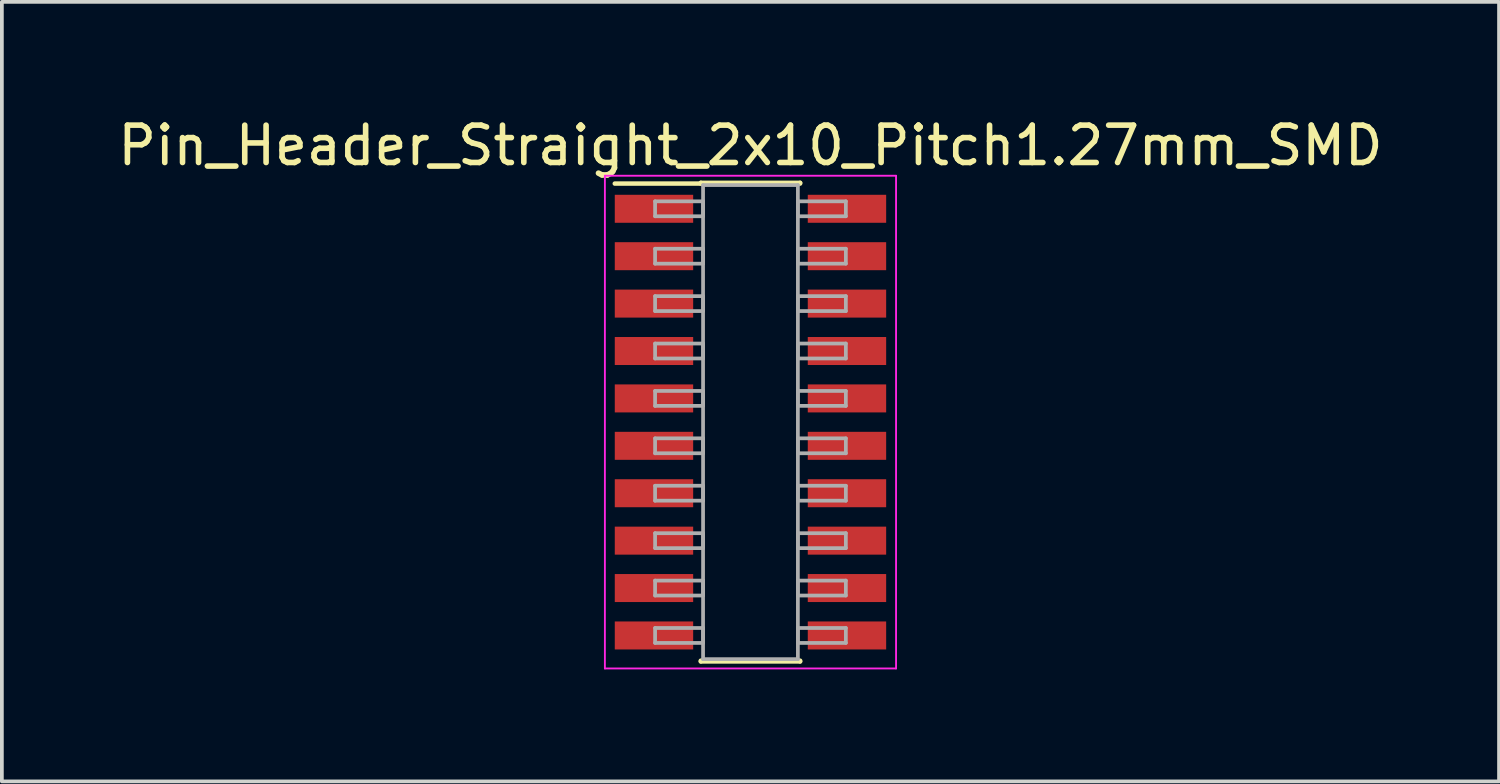
<source format=kicad_pcb>
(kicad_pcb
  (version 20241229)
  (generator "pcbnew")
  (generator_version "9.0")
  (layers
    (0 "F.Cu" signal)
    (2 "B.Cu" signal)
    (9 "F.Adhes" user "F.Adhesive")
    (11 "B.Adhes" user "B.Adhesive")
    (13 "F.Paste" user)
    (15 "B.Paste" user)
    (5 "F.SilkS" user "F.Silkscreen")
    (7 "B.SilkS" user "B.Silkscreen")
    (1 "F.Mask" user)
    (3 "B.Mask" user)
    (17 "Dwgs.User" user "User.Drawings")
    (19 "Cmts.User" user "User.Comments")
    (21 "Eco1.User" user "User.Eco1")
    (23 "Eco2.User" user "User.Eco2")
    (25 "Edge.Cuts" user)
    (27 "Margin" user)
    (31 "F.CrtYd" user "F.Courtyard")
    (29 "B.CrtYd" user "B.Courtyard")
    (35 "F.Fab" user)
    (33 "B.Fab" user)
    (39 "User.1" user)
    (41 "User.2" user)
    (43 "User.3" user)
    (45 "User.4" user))
  (footprint "Pin_Header_Straight_2x10_Pitch1.27mm_SMD"
    (layer "F.Cu")
    (at 17.054 8.258)
    (property "Reference" "Pin_Header_Straight_2x10_Pitch1.27mm_SMD" (at 0 -7.41 0) (layer "F.SilkS") (effects (font (size 1 1) (thickness 0.15))))
    (attr smd)
    (fp_line (start -3.635 -6.39) (end -1.33 -6.39) (stroke (width 0.12) (type solid)) (layer "F.SilkS"))
    (fp_line (start -1.33 -6.41) (end 1.33 -6.41) (stroke (width 0.12) (type solid)) (layer "F.SilkS"))
    (fp_line (start -1.33 -6.39) (end -1.33 -6.41) (stroke (width 0.12) (type solid)) (layer "F.SilkS"))
    (fp_line (start -1.33 6.39) (end -1.33 6.41) (stroke (width 0.12) (type solid)) (layer "F.SilkS"))
    (fp_line (start -1.33 6.41) (end 1.33 6.41) (stroke (width 0.12) (type solid)) (layer "F.SilkS"))
    (fp_line (start 1.33 -6.41) (end 1.33 -6.39) (stroke (width 0.12) (type solid)) (layer "F.SilkS"))
    (fp_line (start 1.33 6.41) (end 1.33 6.39) (stroke (width 0.12) (type solid)) (layer "F.SilkS"))
    (fp_line (start -3.9 -6.6) (end -3.9 6.6) (stroke (width 0.05) (type solid)) (layer "F.CrtYd"))
    (fp_line (start -3.9 6.6) (end 3.9 6.6) (stroke (width 0.05) (type solid)) (layer "F.CrtYd"))
    (fp_line (start 3.9 -6.6) (end -3.9 -6.6) (stroke (width 0.05) (type solid)) (layer "F.CrtYd"))
    (fp_line (start 3.9 6.6) (end 3.9 -6.6) (stroke (width 0.05) (type solid)) (layer "F.CrtYd"))
    (fp_line (start -2.555 -5.915) (end -1.27 -5.915) (stroke (width 0.1) (type solid)) (layer "F.Fab"))
    (fp_line (start -2.555 -5.515) (end -2.555 -5.915) (stroke (width 0.1) (type solid)) (layer "F.Fab"))
    (fp_line (start -2.555 -4.645) (end -1.27 -4.645) (stroke (width 0.1) (type solid)) (layer "F.Fab"))
    (fp_line (start -2.555 -4.245) (end -2.555 -4.645) (stroke (width 0.1) (type solid)) (layer "F.Fab"))
    (fp_line (start -2.555 -3.375) (end -1.27 -3.375) (stroke (width 0.1) (type solid)) (layer "F.Fab"))
    (fp_line (start -2.555 -2.975) (end -2.555 -3.375) (stroke (width 0.1) (type solid)) (layer "F.Fab"))
    (fp_line (start -2.555 -2.105) (end -1.27 -2.105) (stroke (width 0.1) (type solid)) (layer "F.Fab"))
    (fp_line (start -2.555 -1.705) (end -2.555 -2.105) (stroke (width 0.1) (type solid)) (layer "F.Fab"))
    (fp_line (start -2.555 -0.835) (end -1.27 -0.835) (stroke (width 0.1) (type solid)) (layer "F.Fab"))
    (fp_line (start -2.555 -0.435) (end -2.555 -0.835) (stroke (width 0.1) (type solid)) (layer "F.Fab"))
    (fp_line (start -2.555 0.435) (end -1.27 0.435) (stroke (width 0.1) (type solid)) (layer "F.Fab"))
    (fp_line (start -2.555 0.835) (end -2.555 0.435) (stroke (width 0.1) (type solid)) (layer "F.Fab"))
    (fp_line (start -2.555 1.705) (end -1.27 1.705) (stroke (width 0.1) (type solid)) (layer "F.Fab"))
    (fp_line (start -2.555 2.105) (end -2.555 1.705) (stroke (width 0.1) (type solid)) (layer "F.Fab"))
    (fp_line (start -2.555 2.975) (end -1.27 2.975) (stroke (width 0.1) (type solid)) (layer "F.Fab"))
    (fp_line (start -2.555 3.375) (end -2.555 2.975) (stroke (width 0.1) (type solid)) (layer "F.Fab"))
    (fp_line (start -2.555 4.245) (end -1.27 4.245) (stroke (width 0.1) (type solid)) (layer "F.Fab"))
    (fp_line (start -2.555 4.645) (end -2.555 4.245) (stroke (width 0.1) (type solid)) (layer "F.Fab"))
    (fp_line (start -2.555 5.515) (end -1.27 5.515) (stroke (width 0.1) (type solid)) (layer "F.Fab"))
    (fp_line (start -2.555 5.915) (end -2.555 5.515) (stroke (width 0.1) (type solid)) (layer "F.Fab"))
    (fp_line (start -1.27 -6.35) (end -1.27 6.35) (stroke (width 0.1) (type solid)) (layer "F.Fab"))
    (fp_line (start -1.27 -5.915) (end -1.27 -5.515) (stroke (width 0.1) (type solid)) (layer "F.Fab"))
    (fp_line (start -1.27 -5.515) (end -2.555 -5.515) (stroke (width 0.1) (type solid)) (layer "F.Fab"))
    (fp_line (start -1.27 -4.645) (end -1.27 -4.245) (stroke (width 0.1) (type solid)) (layer "F.Fab"))
    (fp_line (start -1.27 -4.245) (end -2.555 -4.245) (stroke (width 0.1) (type solid)) (layer "F.Fab"))
    (fp_line (start -1.27 -3.375) (end -1.27 -2.975) (stroke (width 0.1) (type solid)) (layer "F.Fab"))
    (fp_line (start -1.27 -2.975) (end -2.555 -2.975) (stroke (width 0.1) (type solid)) (layer "F.Fab"))
    (fp_line (start -1.27 -2.105) (end -1.27 -1.705) (stroke (width 0.1) (type solid)) (layer "F.Fab"))
    (fp_line (start -1.27 -1.705) (end -2.555 -1.705) (stroke (width 0.1) (type solid)) (layer "F.Fab"))
    (fp_line (start -1.27 -0.835) (end -1.27 -0.435) (stroke (width 0.1) (type solid)) (layer "F.Fab"))
    (fp_line (start -1.27 -0.435) (end -2.555 -0.435) (stroke (width 0.1) (type solid)) (layer "F.Fab"))
    (fp_line (start -1.27 0.435) (end -1.27 0.835) (stroke (width 0.1) (type solid)) (layer "F.Fab"))
    (fp_line (start -1.27 0.835) (end -2.555 0.835) (stroke (width 0.1) (type solid)) (layer "F.Fab"))
    (fp_line (start -1.27 1.705) (end -1.27 2.105) (stroke (width 0.1) (type solid)) (layer "F.Fab"))
    (fp_line (start -1.27 2.105) (end -2.555 2.105) (stroke (width 0.1) (type solid)) (layer "F.Fab"))
    (fp_line (start -1.27 2.975) (end -1.27 3.375) (stroke (width 0.1) (type solid)) (layer "F.Fab"))
    (fp_line (start -1.27 3.375) (end -2.555 3.375) (stroke (width 0.1) (type solid)) (layer "F.Fab"))
    (fp_line (start -1.27 4.245) (end -1.27 4.645) (stroke (width 0.1) (type solid)) (layer "F.Fab"))
    (fp_line (start -1.27 4.645) (end -2.555 4.645) (stroke (width 0.1) (type solid)) (layer "F.Fab"))
    (fp_line (start -1.27 5.515) (end -1.27 5.915) (stroke (width 0.1) (type solid)) (layer "F.Fab"))
    (fp_line (start -1.27 5.915) (end -2.555 5.915) (stroke (width 0.1) (type solid)) (layer "F.Fab"))
    (fp_line (start -1.27 6.35) (end 1.27 6.35) (stroke (width 0.1) (type solid)) (layer "F.Fab"))
    (fp_line (start 1.27 -6.35) (end -1.27 -6.35) (stroke (width 0.1) (type solid)) (layer "F.Fab"))
    (fp_line (start 1.27 -5.915) (end 1.27 -5.515) (stroke (width 0.1) (type solid)) (layer "F.Fab"))
    (fp_line (start 1.27 -5.515) (end 2.555 -5.515) (stroke (width 0.1) (type solid)) (layer "F.Fab"))
    (fp_line (start 1.27 -4.645) (end 1.27 -4.245) (stroke (width 0.1) (type solid)) (layer "F.Fab"))
    (fp_line (start 1.27 -4.245) (end 2.555 -4.245) (stroke (width 0.1) (type solid)) (layer "F.Fab"))
    (fp_line (start 1.27 -3.375) (end 1.27 -2.975) (stroke (width 0.1) (type solid)) (layer "F.Fab"))
    (fp_line (start 1.27 -2.975) (end 2.555 -2.975) (stroke (width 0.1) (type solid)) (layer "F.Fab"))
    (fp_line (start 1.27 -2.105) (end 1.27 -1.705) (stroke (width 0.1) (type solid)) (layer "F.Fab"))
    (fp_line (start 1.27 -1.705) (end 2.555 -1.705) (stroke (width 0.1) (type solid)) (layer "F.Fab"))
    (fp_line (start 1.27 -0.835) (end 1.27 -0.435) (stroke (width 0.1) (type solid)) (layer "F.Fab"))
    (fp_line (start 1.27 -0.435) (end 2.555 -0.435) (stroke (width 0.1) (type solid)) (layer "F.Fab"))
    (fp_line (start 1.27 0.435) (end 1.27 0.835) (stroke (width 0.1) (type solid)) (layer "F.Fab"))
    (fp_line (start 1.27 0.835) (end 2.555 0.835) (stroke (width 0.1) (type solid)) (layer "F.Fab"))
    (fp_line (start 1.27 1.705) (end 1.27 2.105) (stroke (width 0.1) (type solid)) (layer "F.Fab"))
    (fp_line (start 1.27 2.105) (end 2.555 2.105) (stroke (width 0.1) (type solid)) (layer "F.Fab"))
    (fp_line (start 1.27 2.975) (end 1.27 3.375) (stroke (width 0.1) (type solid)) (layer "F.Fab"))
    (fp_line (start 1.27 3.375) (end 2.555 3.375) (stroke (width 0.1) (type solid)) (layer "F.Fab"))
    (fp_line (start 1.27 4.245) (end 1.27 4.645) (stroke (width 0.1) (type solid)) (layer "F.Fab"))
    (fp_line (start 1.27 4.645) (end 2.555 4.645) (stroke (width 0.1) (type solid)) (layer "F.Fab"))
    (fp_line (start 1.27 5.515) (end 1.27 5.915) (stroke (width 0.1) (type solid)) (layer "F.Fab"))
    (fp_line (start 1.27 5.915) (end 2.555 5.915) (stroke (width 0.1) (type solid)) (layer "F.Fab"))
    (fp_line (start 1.27 6.35) (end 1.27 -6.35) (stroke (width 0.1) (type solid)) (layer "F.Fab"))
    (fp_line (start 2.555 -5.915) (end 1.27 -5.915) (stroke (width 0.1) (type solid)) (layer "F.Fab"))
    (fp_line (start 2.555 -5.515) (end 2.555 -5.915) (stroke (width 0.1) (type solid)) (layer "F.Fab"))
    (fp_line (start 2.555 -4.645) (end 1.27 -4.645) (stroke (width 0.1) (type solid)) (layer "F.Fab"))
    (fp_line (start 2.555 -4.245) (end 2.555 -4.645) (stroke (width 0.1) (type solid)) (layer "F.Fab"))
    (fp_line (start 2.555 -3.375) (end 1.27 -3.375) (stroke (width 0.1) (type solid)) (layer "F.Fab"))
    (fp_line (start 2.555 -2.975) (end 2.555 -3.375) (stroke (width 0.1) (type solid)) (layer "F.Fab"))
    (fp_line (start 2.555 -2.105) (end 1.27 -2.105) (stroke (width 0.1) (type solid)) (layer "F.Fab"))
    (fp_line (start 2.555 -1.705) (end 2.555 -2.105) (stroke (width 0.1) (type solid)) (layer "F.Fab"))
    (fp_line (start 2.555 -0.835) (end 1.27 -0.835) (stroke (width 0.1) (type solid)) (layer "F.Fab"))
    (fp_line (start 2.555 -0.435) (end 2.555 -0.835) (stroke (width 0.1) (type solid)) (layer "F.Fab"))
    (fp_line (start 2.555 0.435) (end 1.27 0.435) (stroke (width 0.1) (type solid)) (layer "F.Fab"))
    (fp_line (start 2.555 0.835) (end 2.555 0.435) (stroke (width 0.1) (type solid)) (layer "F.Fab"))
    (fp_line (start 2.555 1.705) (end 1.27 1.705) (stroke (width 0.1) (type solid)) (layer "F.Fab"))
    (fp_line (start 2.555 2.105) (end 2.555 1.705) (stroke (width 0.1) (type solid)) (layer "F.Fab"))
    (fp_line (start 2.555 2.975) (end 1.27 2.975) (stroke (width 0.1) (type solid)) (layer "F.Fab"))
    (fp_line (start 2.555 3.375) (end 2.555 2.975) (stroke (width 0.1) (type solid)) (layer "F.Fab"))
    (fp_line (start 2.555 4.245) (end 1.27 4.245) (stroke (width 0.1) (type solid)) (layer "F.Fab"))
    (fp_line (start 2.555 4.645) (end 2.555 4.245) (stroke (width 0.1) (type solid)) (layer "F.Fab"))
    (fp_line (start 2.555 5.515) (end 1.27 5.515) (stroke (width 0.1) (type solid)) (layer "F.Fab"))
    (fp_line (start 2.555 5.915) (end 2.555 5.515) (stroke (width 0.1) (type solid)) (layer "F.Fab"))
    (pad "1" smd rect (at -2.585 -5.715) (size 2.1 0.75) (layers "F.Cu" "F.Mask"))
    (pad "2" smd rect (at 2.585 -5.715) (size 2.1 0.75) (layers "F.Cu" "F.Mask"))
    (pad "3" smd rect (at -2.585 -4.445) (size 2.1 0.75) (layers "F.Cu" "F.Mask"))
    (pad "4" smd rect (at 2.585 -4.445) (size 2.1 0.75) (layers "F.Cu" "F.Mask"))
    (pad "5" smd rect (at -2.585 -3.175) (size 2.1 0.75) (layers "F.Cu" "F.Mask"))
    (pad "6" smd rect (at 2.585 -3.175) (size 2.1 0.75) (layers "F.Cu" "F.Mask"))
    (pad "7" smd rect (at -2.585 -1.905) (size 2.1 0.75) (layers "F.Cu" "F.Mask"))
    (pad "8" smd rect (at 2.585 -1.905) (size 2.1 0.75) (layers "F.Cu" "F.Mask"))
    (pad "9" smd rect (at -2.585 -0.635) (size 2.1 0.75) (layers "F.Cu" "F.Mask"))
    (pad "10" smd rect (at 2.585 -0.635) (size 2.1 0.75) (layers "F.Cu" "F.Mask"))
    (pad "11" smd rect (at -2.585 0.635) (size 2.1 0.75) (layers "F.Cu" "F.Mask"))
    (pad "12" smd rect (at 2.585 0.635) (size 2.1 0.75) (layers "F.Cu" "F.Mask"))
    (pad "13" smd rect (at -2.585 1.905) (size 2.1 0.75) (layers "F.Cu" "F.Mask"))
    (pad "14" smd rect (at 2.585 1.905) (size 2.1 0.75) (layers "F.Cu" "F.Mask"))
    (pad "15" smd rect (at -2.585 3.175) (size 2.1 0.75) (layers "F.Cu" "F.Mask"))
    (pad "16" smd rect (at 2.585 3.175) (size 2.1 0.75) (layers "F.Cu" "F.Mask"))
    (pad "17" smd rect (at -2.585 4.445) (size 2.1 0.75) (layers "F.Cu" "F.Mask"))
    (pad "18" smd rect (at 2.585 4.445) (size 2.1 0.75) (layers "F.Cu" "F.Mask"))
    (pad "19" smd rect (at -2.585 5.715) (size 2.1 0.75) (layers "F.Cu" "F.Mask"))
    (pad "20" smd rect (at 2.585 5.715) (size 2.1 0.75) (layers "F.Cu" "F.Mask")))
  (gr_rect
    (start -3 -3)
    (end 37.107 17.883)
    (stroke (width 0.1) (type default))
    (fill no)
    (layer "Edge.Cuts")))
</source>
